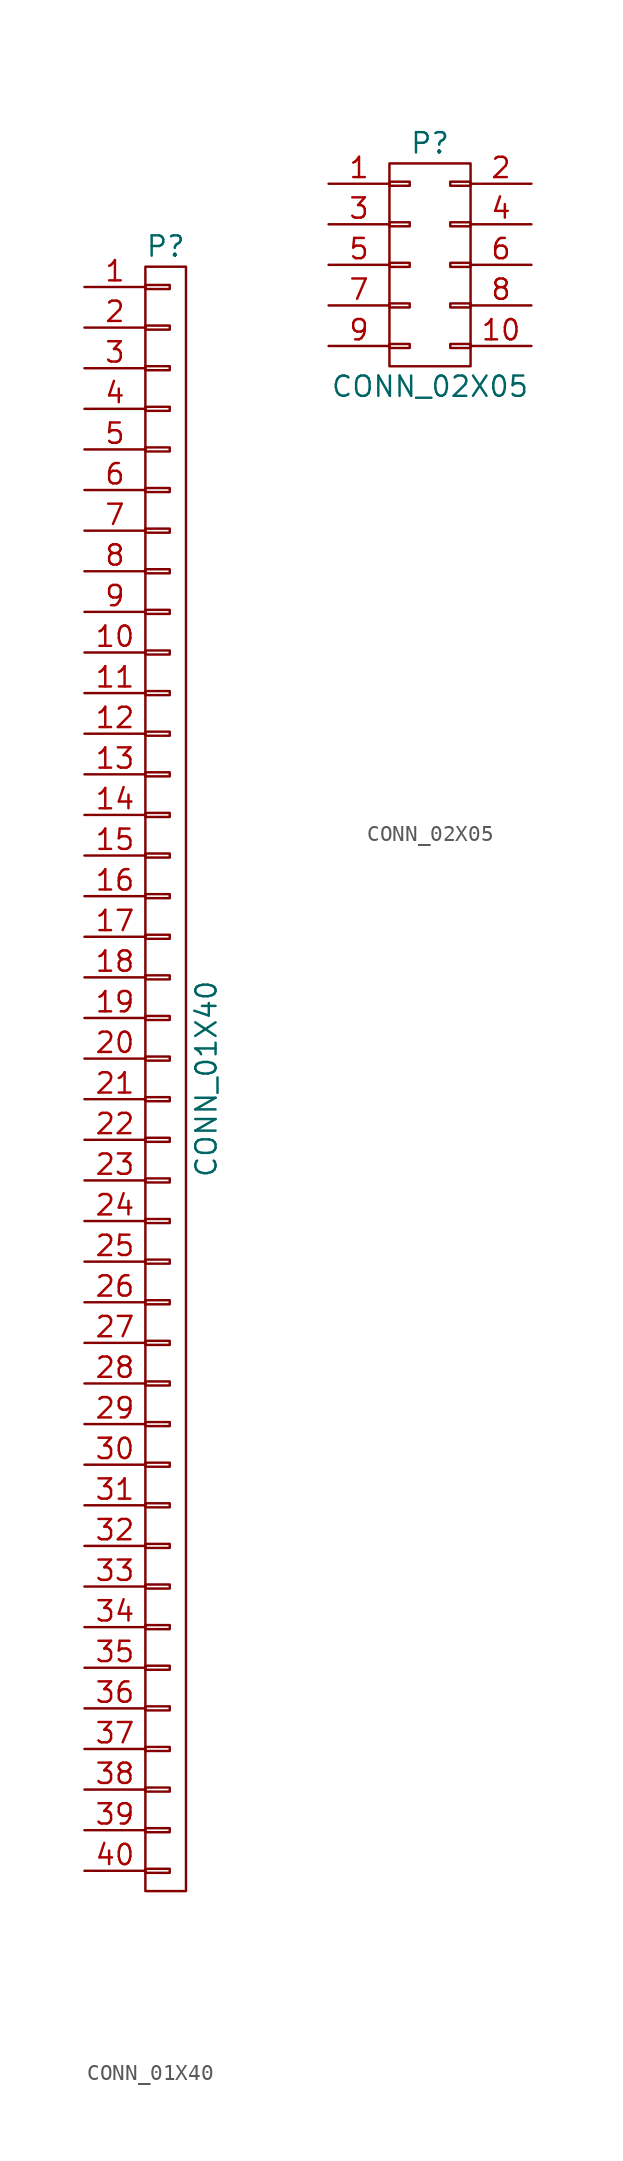
<source format=kicad_sym>
(kicad_symbol_lib
  (version 20211014)
  (generator kicad_symbol_editor)
  (symbol "CONN_01X40"
    (pin_names
      (offset 1.016) hide)
    (property "Reference" "P"
      (at 0 52.07 0)
      (effects (font (size 1.27 1.27))))
    (property "Value" "CONN_01X40"
      (at 2.54 0 90)
      (effects (font (size 1.27 1.27))))
    (property "Footprint" ""
      (at 0 0 0)
      (effects (font (size 1.27 1.27))))
    (property "Datasheet" ""
      (at 0 0 0)
      (effects (font (size 1.27 1.27))))
    (symbol "CONN_01X40_0_1"
      (rectangle (start -1.27 -49.403) (end 0.254 -49.657) (stroke (width 0) (type default) (color 0 0 0 0)) (fill (type none)))
      (rectangle (start -1.27 -46.863) (end 0.254 -47.117) (stroke (width 0) (type default) (color 0 0 0 0)) (fill (type none)))
      (rectangle (start -1.27 -44.323) (end 0.254 -44.577) (stroke (width 0) (type default) (color 0 0 0 0)) (fill (type none)))
      (rectangle (start -1.27 -41.783) (end 0.254 -42.037) (stroke (width 0) (type default) (color 0 0 0 0)) (fill (type none)))
      (rectangle (start -1.27 -39.243) (end 0.254 -39.497) (stroke (width 0) (type default) (color 0 0 0 0)) (fill (type none)))
      (rectangle (start -1.27 -36.703) (end 0.254 -36.957) (stroke (width 0) (type default) (color 0 0 0 0)) (fill (type none)))
      (rectangle (start -1.27 -34.163) (end 0.254 -34.417) (stroke (width 0) (type default) (color 0 0 0 0)) (fill (type none)))
      (rectangle (start -1.27 -31.623) (end 0.254 -31.877) (stroke (width 0) (type default) (color 0 0 0 0)) (fill (type none)))
      (rectangle (start -1.27 -29.083) (end 0.254 -29.337) (stroke (width 0) (type default) (color 0 0 0 0)) (fill (type none)))
      (rectangle (start -1.27 -26.543) (end 0.254 -26.797) (stroke (width 0) (type default) (color 0 0 0 0)) (fill (type none)))
      (rectangle (start -1.27 -24.003) (end 0.254 -24.257) (stroke (width 0) (type default) (color 0 0 0 0)) (fill (type none)))
      (rectangle (start -1.27 -21.463) (end 0.254 -21.717) (stroke (width 0) (type default) (color 0 0 0 0)) (fill (type none)))
      (rectangle (start -1.27 -18.923) (end 0.254 -19.177) (stroke (width 0) (type default) (color 0 0 0 0)) (fill (type none)))
      (rectangle (start -1.27 -16.383) (end 0.254 -16.637) (stroke (width 0) (type default) (color 0 0 0 0)) (fill (type none)))
      (rectangle (start -1.27 -13.843) (end 0.254 -14.097) (stroke (width 0) (type default) (color 0 0 0 0)) (fill (type none)))
      (rectangle (start -1.27 -11.303) (end 0.254 -11.557) (stroke (width 0) (type default) (color 0 0 0 0)) (fill (type none)))
      (rectangle (start -1.27 -8.763) (end 0.254 -9.017) (stroke (width 0) (type default) (color 0 0 0 0)) (fill (type none)))
      (rectangle (start -1.27 -6.223) (end 0.254 -6.477) (stroke (width 0) (type default) (color 0 0 0 0)) (fill (type none)))
      (rectangle (start -1.27 -3.683) (end 0.254 -3.937) (stroke (width 0) (type default) (color 0 0 0 0)) (fill (type none)))
      (rectangle (start -1.27 -1.143) (end 0.254 -1.397) (stroke (width 0) (type default) (color 0 0 0 0)) (fill (type none)))
      (rectangle (start -1.27 1.397) (end 0.254 1.143) (stroke (width 0) (type default) (color 0 0 0 0)) (fill (type none)))
      (rectangle (start -1.27 3.937) (end 0.254 3.683) (stroke (width 0) (type default) (color 0 0 0 0)) (fill (type none)))
      (rectangle (start -1.27 6.477) (end 0.254 6.223) (stroke (width 0) (type default) (color 0 0 0 0)) (fill (type none)))
      (rectangle (start -1.27 9.017) (end 0.254 8.763) (stroke (width 0) (type default) (color 0 0 0 0)) (fill (type none)))
      (rectangle (start -1.27 11.557) (end 0.254 11.303) (stroke (width 0) (type default) (color 0 0 0 0)) (fill (type none)))
      (rectangle (start -1.27 14.097) (end 0.254 13.843) (stroke (width 0) (type default) (color 0 0 0 0)) (fill (type none)))
      (rectangle (start -1.27 16.637) (end 0.254 16.383) (stroke (width 0) (type default) (color 0 0 0 0)) (fill (type none)))
      (rectangle (start -1.27 19.177) (end 0.254 18.923) (stroke (width 0) (type default) (color 0 0 0 0)) (fill (type none)))
      (rectangle (start -1.27 21.717) (end 0.254 21.463) (stroke (width 0) (type default) (color 0 0 0 0)) (fill (type none)))
      (rectangle (start -1.27 24.257) (end 0.254 24.003) (stroke (width 0) (type default) (color 0 0 0 0)) (fill (type none)))
      (rectangle (start -1.27 26.797) (end 0.254 26.543) (stroke (width 0) (type default) (color 0 0 0 0)) (fill (type none)))
      (rectangle (start -1.27 29.337) (end 0.254 29.083) (stroke (width 0) (type default) (color 0 0 0 0)) (fill (type none)))
      (rectangle (start -1.27 31.877) (end 0.254 31.623) (stroke (width 0) (type default) (color 0 0 0 0)) (fill (type none)))
      (rectangle (start -1.27 34.417) (end 0.254 34.163) (stroke (width 0) (type default) (color 0 0 0 0)) (fill (type none)))
      (rectangle (start -1.27 36.957) (end 0.254 36.703) (stroke (width 0) (type default) (color 0 0 0 0)) (fill (type none)))
      (rectangle (start -1.27 39.497) (end 0.254 39.243) (stroke (width 0) (type default) (color 0 0 0 0)) (fill (type none)))
      (rectangle (start -1.27 42.037) (end 0.254 41.783) (stroke (width 0) (type default) (color 0 0 0 0)) (fill (type none)))
      (rectangle (start -1.27 44.577) (end 0.254 44.323) (stroke (width 0) (type default) (color 0 0 0 0)) (fill (type none)))
      (rectangle (start -1.27 47.117) (end 0.254 46.863) (stroke (width 0) (type default) (color 0 0 0 0)) (fill (type none)))
      (rectangle (start -1.27 49.657) (end 0.254 49.403) (stroke (width 0) (type default) (color 0 0 0 0)) (fill (type none)))
      (rectangle (start -1.27 50.8) (end 1.27 -50.8) (stroke (width 0) (type default) (color 0 0 0 0)) (fill (type none))))
    (symbol "CONN_01X40_1_1"
      (pin passive line (at -5.08 49.53 0) (length 3.81) (name "P1" (effects (font (size 1.27 1.27)))) (number "1" (effects (font (size 1.27 1.27)))))
      (pin passive line (at -5.08 26.67 0) (length 3.81) (name "P10" (effects (font (size 1.27 1.27)))) (number "10" (effects (font (size 1.27 1.27)))))
      (pin passive line (at -5.08 24.13 0) (length 3.81) (name "P11" (effects (font (size 1.27 1.27)))) (number "11" (effects (font (size 1.27 1.27)))))
      (pin passive line (at -5.08 21.59 0) (length 3.81) (name "P12" (effects (font (size 1.27 1.27)))) (number "12" (effects (font (size 1.27 1.27)))))
      (pin passive line (at -5.08 19.05 0) (length 3.81) (name "P13" (effects (font (size 1.27 1.27)))) (number "13" (effects (font (size 1.27 1.27)))))
      (pin passive line (at -5.08 16.51 0) (length 3.81) (name "P14" (effects (font (size 1.27 1.27)))) (number "14" (effects (font (size 1.27 1.27)))))
      (pin passive line (at -5.08 13.97 0) (length 3.81) (name "P15" (effects (font (size 1.27 1.27)))) (number "15" (effects (font (size 1.27 1.27)))))
      (pin passive line (at -5.08 11.43 0) (length 3.81) (name "P16" (effects (font (size 1.27 1.27)))) (number "16" (effects (font (size 1.27 1.27)))))
      (pin passive line (at -5.08 8.89 0) (length 3.81) (name "P17" (effects (font (size 1.27 1.27)))) (number "17" (effects (font (size 1.27 1.27)))))
      (pin passive line (at -5.08 6.35 0) (length 3.81) (name "P18" (effects (font (size 1.27 1.27)))) (number "18" (effects (font (size 1.27 1.27)))))
      (pin passive line (at -5.08 3.81 0) (length 3.81) (name "P19" (effects (font (size 1.27 1.27)))) (number "19" (effects (font (size 1.27 1.27)))))
      (pin passive line (at -5.08 46.99 0) (length 3.81) (name "P2" (effects (font (size 1.27 1.27)))) (number "2" (effects (font (size 1.27 1.27)))))
      (pin passive line (at -5.08 1.27 0) (length 3.81) (name "P20" (effects (font (size 1.27 1.27)))) (number "20" (effects (font (size 1.27 1.27)))))
      (pin passive line (at -5.08 -1.27 0) (length 3.81) (name "P21" (effects (font (size 1.27 1.27)))) (number "21" (effects (font (size 1.27 1.27)))))
      (pin passive line (at -5.08 -3.81 0) (length 3.81) (name "P22" (effects (font (size 1.27 1.27)))) (number "22" (effects (font (size 1.27 1.27)))))
      (pin passive line (at -5.08 -6.35 0) (length 3.81) (name "P23" (effects (font (size 1.27 1.27)))) (number "23" (effects (font (size 1.27 1.27)))))
      (pin passive line (at -5.08 -8.89 0) (length 3.81) (name "P24" (effects (font (size 1.27 1.27)))) (number "24" (effects (font (size 1.27 1.27)))))
      (pin passive line (at -5.08 -11.43 0) (length 3.81) (name "P25" (effects (font (size 1.27 1.27)))) (number "25" (effects (font (size 1.27 1.27)))))
      (pin passive line (at -5.08 -13.97 0) (length 3.81) (name "P26" (effects (font (size 1.27 1.27)))) (number "26" (effects (font (size 1.27 1.27)))))
      (pin passive line (at -5.08 -16.51 0) (length 3.81) (name "P27" (effects (font (size 1.27 1.27)))) (number "27" (effects (font (size 1.27 1.27)))))
      (pin passive line (at -5.08 -19.05 0) (length 3.81) (name "P28" (effects (font (size 1.27 1.27)))) (number "28" (effects (font (size 1.27 1.27)))))
      (pin passive line (at -5.08 -21.59 0) (length 3.81) (name "P29" (effects (font (size 1.27 1.27)))) (number "29" (effects (font (size 1.27 1.27)))))
      (pin passive line (at -5.08 44.45 0) (length 3.81) (name "P3" (effects (font (size 1.27 1.27)))) (number "3" (effects (font (size 1.27 1.27)))))
      (pin passive line (at -5.08 -24.13 0) (length 3.81) (name "P30" (effects (font (size 1.27 1.27)))) (number "30" (effects (font (size 1.27 1.27)))))
      (pin passive line (at -5.08 -26.67 0) (length 3.81) (name "P31" (effects (font (size 1.27 1.27)))) (number "31" (effects (font (size 1.27 1.27)))))
      (pin passive line (at -5.08 -29.21 0) (length 3.81) (name "P32" (effects (font (size 1.27 1.27)))) (number "32" (effects (font (size 1.27 1.27)))))
      (pin passive line (at -5.08 -31.75 0) (length 3.81) (name "P33" (effects (font (size 1.27 1.27)))) (number "33" (effects (font (size 1.27 1.27)))))
      (pin passive line (at -5.08 -34.29 0) (length 3.81) (name "P34" (effects (font (size 1.27 1.27)))) (number "34" (effects (font (size 1.27 1.27)))))
      (pin passive line (at -5.08 -36.83 0) (length 3.81) (name "P35" (effects (font (size 1.27 1.27)))) (number "35" (effects (font (size 1.27 1.27)))))
      (pin passive line (at -5.08 -39.37 0) (length 3.81) (name "P36" (effects (font (size 1.27 1.27)))) (number "36" (effects (font (size 1.27 1.27)))))
      (pin passive line (at -5.08 -41.91 0) (length 3.81) (name "P37" (effects (font (size 1.27 1.27)))) (number "37" (effects (font (size 1.27 1.27)))))
      (pin passive line (at -5.08 -44.45 0) (length 3.81) (name "P38" (effects (font (size 1.27 1.27)))) (number "38" (effects (font (size 1.27 1.27)))))
      (pin passive line (at -5.08 -46.99 0) (length 3.81) (name "P39" (effects (font (size 1.27 1.27)))) (number "39" (effects (font (size 1.27 1.27)))))
      (pin passive line (at -5.08 41.91 0) (length 3.81) (name "P4" (effects (font (size 1.27 1.27)))) (number "4" (effects (font (size 1.27 1.27)))))
      (pin passive line (at -5.08 -49.53 0) (length 3.81) (name "P40" (effects (font (size 1.27 1.27)))) (number "40" (effects (font (size 1.27 1.27)))))
      (pin passive line (at -5.08 39.37 0) (length 3.81) (name "P5" (effects (font (size 1.27 1.27)))) (number "5" (effects (font (size 1.27 1.27)))))
      (pin passive line (at -5.08 36.83 0) (length 3.81) (name "P6" (effects (font (size 1.27 1.27)))) (number "6" (effects (font (size 1.27 1.27)))))
      (pin passive line (at -5.08 34.29 0) (length 3.81) (name "P7" (effects (font (size 1.27 1.27)))) (number "7" (effects (font (size 1.27 1.27)))))
      (pin passive line (at -5.08 31.75 0) (length 3.81) (name "P8" (effects (font (size 1.27 1.27)))) (number "8" (effects (font (size 1.27 1.27)))))
      (pin passive line (at -5.08 29.21 0) (length 3.81) (name "P9" (effects (font (size 1.27 1.27)))) (number "9" (effects (font (size 1.27 1.27)))))))
  (symbol "CONN_02X05"
    (pin_names
      (offset 0.025) hide)
    (property "Reference" "P"
      (at 0 7.62 0)
      (effects (font (size 1.27 1.27))))
    (property "Value" "CONN_02X05"
      (at 0 -7.62 0)
      (effects (font (size 1.27 1.27))))
    (property "Footprint" ""
      (at 0 -30.48 0)
      (effects (font (size 1.27 1.27))))
    (property "Datasheet" ""
      (at 0 -30.48 0)
      (effects (font (size 1.27 1.27))))
    (symbol "CONN_02X05_0_1"
      (rectangle (start -2.54 -4.953) (end -1.27 -5.207) (stroke (width 0) (type default) (color 0 0 0 0)) (fill (type none)))
      (rectangle (start -2.54 -2.413) (end -1.27 -2.667) (stroke (width 0) (type default) (color 0 0 0 0)) (fill (type none)))
      (rectangle (start -2.54 0.127) (end -1.27 -0.127) (stroke (width 0) (type default) (color 0 0 0 0)) (fill (type none)))
      (rectangle (start -2.54 2.667) (end -1.27 2.413) (stroke (width 0) (type default) (color 0 0 0 0)) (fill (type none)))
      (rectangle (start -2.54 5.207) (end -1.27 4.953) (stroke (width 0) (type default) (color 0 0 0 0)) (fill (type none)))
      (rectangle (start -2.54 6.35) (end 2.54 -6.35) (stroke (width 0) (type default) (color 0 0 0 0)) (fill (type none)))
      (rectangle (start 1.27 -4.953) (end 2.54 -5.207) (stroke (width 0) (type default) (color 0 0 0 0)) (fill (type none)))
      (rectangle (start 1.27 -2.413) (end 2.54 -2.667) (stroke (width 0) (type default) (color 0 0 0 0)) (fill (type none)))
      (rectangle (start 1.27 0.127) (end 2.54 -0.127) (stroke (width 0) (type default) (color 0 0 0 0)) (fill (type none)))
      (rectangle (start 1.27 2.667) (end 2.54 2.413) (stroke (width 0) (type default) (color 0 0 0 0)) (fill (type none)))
      (rectangle (start 1.27 5.207) (end 2.54 4.953) (stroke (width 0) (type default) (color 0 0 0 0)) (fill (type none))))
    (symbol "CONN_02X05_1_1"
      (pin passive line (at -6.35 5.08 0) (length 3.81) (name "P1" (effects (font (size 1.27 1.27)))) (number "1" (effects (font (size 1.27 1.27)))))
      (pin passive line (at 6.35 -5.08 180) (length 3.81) (name "P10" (effects (font (size 1.27 1.27)))) (number "10" (effects (font (size 1.27 1.27)))))
      (pin passive line (at 6.35 5.08 180) (length 3.81) (name "P2" (effects (font (size 1.27 1.27)))) (number "2" (effects (font (size 1.27 1.27)))))
      (pin passive line (at -6.35 2.54 0) (length 3.81) (name "P3" (effects (font (size 1.27 1.27)))) (number "3" (effects (font (size 1.27 1.27)))))
      (pin passive line (at 6.35 2.54 180) (length 3.81) (name "P4" (effects (font (size 1.27 1.27)))) (number "4" (effects (font (size 1.27 1.27)))))
      (pin passive line (at -6.35 0 0) (length 3.81) (name "P5" (effects (font (size 1.27 1.27)))) (number "5" (effects (font (size 1.27 1.27)))))
      (pin passive line (at 6.35 0 180) (length 3.81) (name "P6" (effects (font (size 1.27 1.27)))) (number "6" (effects (font (size 1.27 1.27)))))
      (pin passive line (at -6.35 -2.54 0) (length 3.81) (name "P7" (effects (font (size 1.27 1.27)))) (number "7" (effects (font (size 1.27 1.27)))))
      (pin passive line (at 6.35 -2.54 180) (length 3.81) (name "P8" (effects (font (size 1.27 1.27)))) (number "8" (effects (font (size 1.27 1.27)))))
      (pin passive line (at -6.35 -5.08 0) (length 3.81) (name "P9" (effects (font (size 1.27 1.27)))) (number "9" (effects (font (size 1.27 1.27))))))))
</source>
